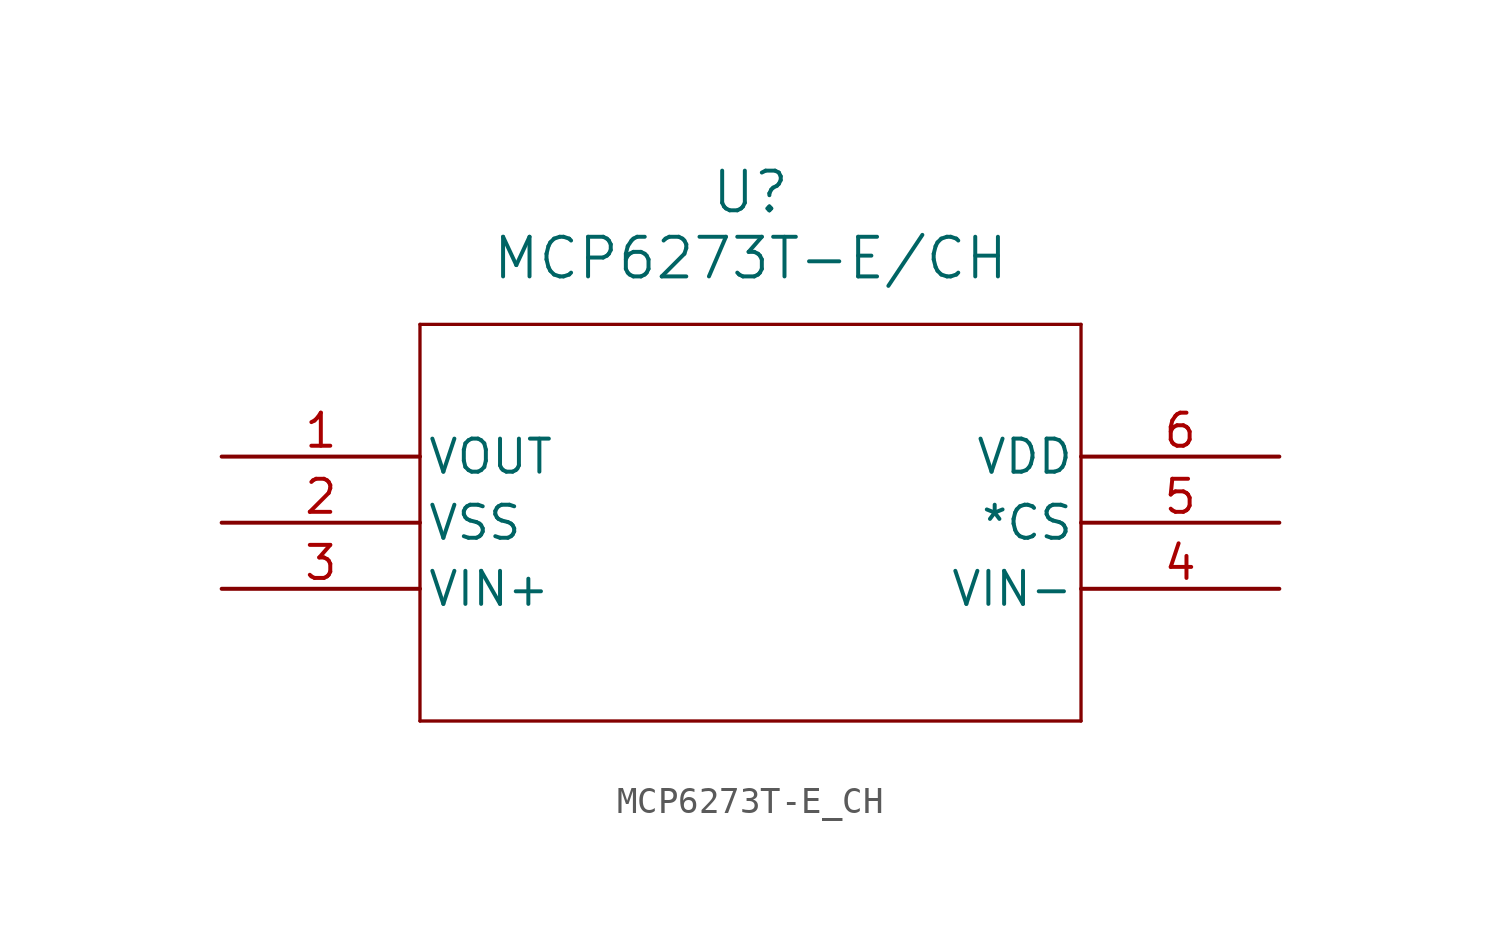
<source format=kicad_sym>
(kicad_symbol_lib
  (version 20211014)
  (generator kicad_symbol_editor)
  (symbol "MCP6273T-E_CH"
    (pin_names
      (offset 0.254))
    (property "Reference" "U"
      (at 20.32 10.16 0)
      (effects (font (size 1.524 1.524))))
    (property "Value" "MCP6273T-E/CH"
      (at 20.32 7.62 0)
      (effects (font (size 1.524 1.524))))
    (symbol "MCP6273T-E_CH_0_1"
      (polyline (pts (xy 7.62 5.08) (xy 7.62 -10.16)) (stroke (width 0.127) (type default) (color 0 0 0 0)) (fill (type none)))
      (polyline (pts (xy 7.62 -10.16) (xy 33.02 -10.16)) (stroke (width 0.127) (type default) (color 0 0 0 0)) (fill (type none)))
      (polyline (pts (xy 33.02 -10.16) (xy 33.02 5.08)) (stroke (width 0.127) (type default) (color 0 0 0 0)) (fill (type none)))
      (polyline (pts (xy 33.02 5.08) (xy 7.62 5.08)) (stroke (width 0.127) (type default) (color 0 0 0 0)) (fill (type none)))
      (pin output line (at 0 0 0) (length 7.62) (name "VOUT" (effects (font (size 1.27 1.27)))) (number "1" (effects (font (size 1.27 1.27)))))
      (pin power_in line (at 0 -2.54 0) (length 7.62) (name "VSS" (effects (font (size 1.27 1.27)))) (number "2" (effects (font (size 1.27 1.27)))))
      (pin input line (at 0 -5.08 0) (length 7.62) (name "VIN+" (effects (font (size 1.27 1.27)))) (number "3" (effects (font (size 1.27 1.27)))))
      (pin input line (at 40.64 -5.08 180) (length 7.62) (name "VIN-" (effects (font (size 1.27 1.27)))) (number "4" (effects (font (size 1.27 1.27)))))
      (pin unspecified line (at 40.64 -2.54 180) (length 7.62) (name "*CS" (effects (font (size 1.27 1.27)))) (number "5" (effects (font (size 1.27 1.27)))))
      (pin power_in line (at 40.64 0 180) (length 7.62) (name "VDD" (effects (font (size 1.27 1.27)))) (number "6" (effects (font (size 1.27 1.27))))))))
</source>
